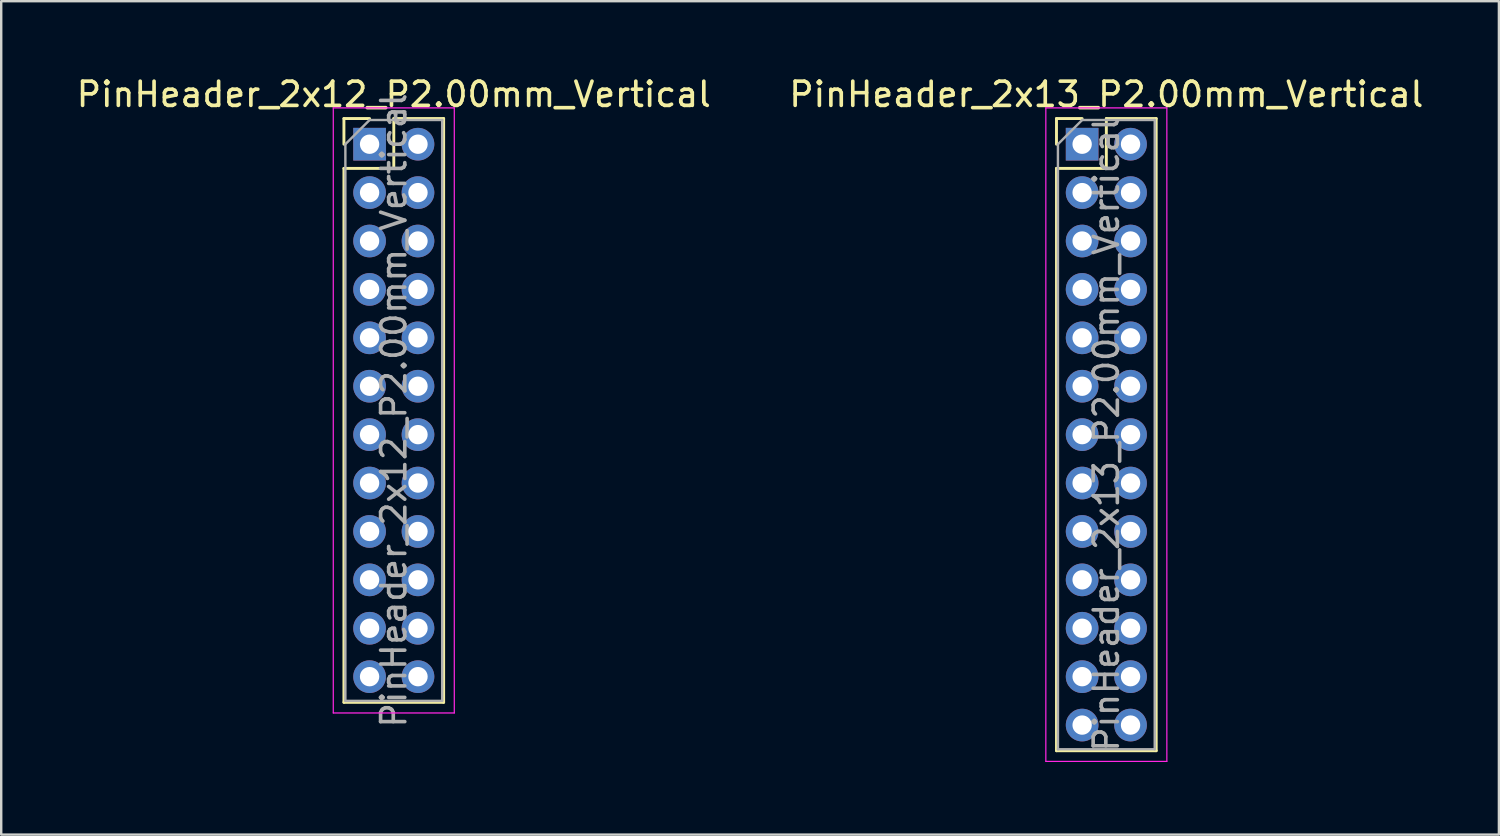
<source format=kicad_pcb>
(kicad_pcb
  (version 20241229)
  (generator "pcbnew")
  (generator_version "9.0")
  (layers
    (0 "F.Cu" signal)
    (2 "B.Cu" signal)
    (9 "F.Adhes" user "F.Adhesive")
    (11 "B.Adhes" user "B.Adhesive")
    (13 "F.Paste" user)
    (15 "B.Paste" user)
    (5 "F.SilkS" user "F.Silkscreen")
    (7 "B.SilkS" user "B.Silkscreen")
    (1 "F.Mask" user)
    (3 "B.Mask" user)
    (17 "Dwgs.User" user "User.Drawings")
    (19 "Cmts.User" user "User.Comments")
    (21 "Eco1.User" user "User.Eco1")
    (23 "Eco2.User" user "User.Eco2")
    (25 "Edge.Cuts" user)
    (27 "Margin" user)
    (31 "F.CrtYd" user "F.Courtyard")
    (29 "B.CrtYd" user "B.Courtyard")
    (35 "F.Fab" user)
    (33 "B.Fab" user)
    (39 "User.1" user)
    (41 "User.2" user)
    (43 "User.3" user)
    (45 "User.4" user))
  (footprint "PinHeader_2x12_P2.00mm_Vertical"
    (layer "F.Cu")
    (at 12.22 2.908)
    (property "Reference" "PinHeader_2x12_P2.00mm_Vertical" (at 1 -2.06 0) (layer "F.SilkS") (effects (font (size 1 1) (thickness 0.15))))
    (attr through_hole)
    (fp_line (start -1.06 -1.06) (end 0 -1.06) (stroke (width 0.12) (type solid)) (layer "F.SilkS"))
    (fp_line (start -1.06 0) (end -1.06 -1.06) (stroke (width 0.12) (type solid)) (layer "F.SilkS"))
    (fp_line (start -1.06 1) (end -1.06 23.06) (stroke (width 0.12) (type solid)) (layer "F.SilkS"))
    (fp_line (start -1.06 1) (end 1 1) (stroke (width 0.12) (type solid)) (layer "F.SilkS"))
    (fp_line (start -1.06 23.06) (end 3.06 23.06) (stroke (width 0.12) (type solid)) (layer "F.SilkS"))
    (fp_line (start 1 -1.06) (end 3.06 -1.06) (stroke (width 0.12) (type solid)) (layer "F.SilkS"))
    (fp_line (start 1 1) (end 1 -1.06) (stroke (width 0.12) (type solid)) (layer "F.SilkS"))
    (fp_line (start 3.06 -1.06) (end 3.06 23.06) (stroke (width 0.12) (type solid)) (layer "F.SilkS"))
    (fp_line (start -1.5 -1.5) (end -1.5 23.5) (stroke (width 0.05) (type solid)) (layer "F.CrtYd"))
    (fp_line (start -1.5 23.5) (end 3.5 23.5) (stroke (width 0.05) (type solid)) (layer "F.CrtYd"))
    (fp_line (start 3.5 -1.5) (end -1.5 -1.5) (stroke (width 0.05) (type solid)) (layer "F.CrtYd"))
    (fp_line (start 3.5 23.5) (end 3.5 -1.5) (stroke (width 0.05) (type solid)) (layer "F.CrtYd"))
    (fp_line (start -1 0) (end 0 -1) (stroke (width 0.1) (type solid)) (layer "F.Fab"))
    (fp_line (start -1 23) (end -1 0) (stroke (width 0.1) (type solid)) (layer "F.Fab"))
    (fp_line (start 0 -1) (end 3 -1) (stroke (width 0.1) (type solid)) (layer "F.Fab"))
    (fp_line (start 3 -1) (end 3 23) (stroke (width 0.1) (type solid)) (layer "F.Fab"))
    (fp_line (start 3 23) (end -1 23) (stroke (width 0.1) (type solid)) (layer "F.Fab"))
    (fp_text user "${REFERENCE}" (at 1 11 90) (layer "F.Fab") (effects (font (size 1 1) (thickness 0.15))))
    (pad "1" thru_hole rect (at 0 0) (size 1.35 1.35) (drill 0.8) (layers "*.Cu" "*.Mask"))
    (pad "2" thru_hole oval (at 2 0) (size 1.35 1.35) (drill 0.8) (layers "*.Cu" "*.Mask"))
    (pad "3" thru_hole oval (at 0 2) (size 1.35 1.35) (drill 0.8) (layers "*.Cu" "*.Mask"))
    (pad "4" thru_hole oval (at 2 2) (size 1.35 1.35) (drill 0.8) (layers "*.Cu" "*.Mask"))
    (pad "5" thru_hole oval (at 0 4) (size 1.35 1.35) (drill 0.8) (layers "*.Cu" "*.Mask"))
    (pad "6" thru_hole oval (at 2 4) (size 1.35 1.35) (drill 0.8) (layers "*.Cu" "*.Mask"))
    (pad "7" thru_hole oval (at 0 6) (size 1.35 1.35) (drill 0.8) (layers "*.Cu" "*.Mask"))
    (pad "8" thru_hole oval (at 2 6) (size 1.35 1.35) (drill 0.8) (layers "*.Cu" "*.Mask"))
    (pad "9" thru_hole oval (at 0 8) (size 1.35 1.35) (drill 0.8) (layers "*.Cu" "*.Mask"))
    (pad "10" thru_hole oval (at 2 8) (size 1.35 1.35) (drill 0.8) (layers "*.Cu" "*.Mask"))
    (pad "11" thru_hole oval (at 0 10) (size 1.35 1.35) (drill 0.8) (layers "*.Cu" "*.Mask"))
    (pad "12" thru_hole oval (at 2 10) (size 1.35 1.35) (drill 0.8) (layers "*.Cu" "*.Mask"))
    (pad "13" thru_hole oval (at 0 12) (size 1.35 1.35) (drill 0.8) (layers "*.Cu" "*.Mask"))
    (pad "14" thru_hole oval (at 2 12) (size 1.35 1.35) (drill 0.8) (layers "*.Cu" "*.Mask"))
    (pad "15" thru_hole oval (at 0 14) (size 1.35 1.35) (drill 0.8) (layers "*.Cu" "*.Mask"))
    (pad "16" thru_hole oval (at 2 14) (size 1.35 1.35) (drill 0.8) (layers "*.Cu" "*.Mask"))
    (pad "17" thru_hole oval (at 0 16) (size 1.35 1.35) (drill 0.8) (layers "*.Cu" "*.Mask"))
    (pad "18" thru_hole oval (at 2 16) (size 1.35 1.35) (drill 0.8) (layers "*.Cu" "*.Mask"))
    (pad "19" thru_hole oval (at 0 18) (size 1.35 1.35) (drill 0.8) (layers "*.Cu" "*.Mask"))
    (pad "20" thru_hole oval (at 2 18) (size 1.35 1.35) (drill 0.8) (layers "*.Cu" "*.Mask"))
    (pad "21" thru_hole oval (at 0 20) (size 1.35 1.35) (drill 0.8) (layers "*.Cu" "*.Mask"))
    (pad "22" thru_hole oval (at 2 20) (size 1.35 1.35) (drill 0.8) (layers "*.Cu" "*.Mask"))
    (pad "23" thru_hole oval (at 0 22) (size 1.35 1.35) (drill 0.8) (layers "*.Cu" "*.Mask"))
    (pad "24" thru_hole oval (at 2 22) (size 1.35 1.35) (drill 0.8) (layers "*.Cu" "*.Mask")))
  (footprint "PinHeader_2x13_P2.00mm_Vertical"
    (layer "F.Cu")
    (at 41.661 2.908)
    (property "Reference" "PinHeader_2x13_P2.00mm_Vertical" (at 1 -2.06 0) (layer "F.SilkS") (effects (font (size 1 1) (thickness 0.15))))
    (attr through_hole)
    (fp_line (start -1.06 -1.06) (end 0 -1.06) (stroke (width 0.12) (type solid)) (layer "F.SilkS"))
    (fp_line (start -1.06 0) (end -1.06 -1.06) (stroke (width 0.12) (type solid)) (layer "F.SilkS"))
    (fp_line (start -1.06 1) (end -1.06 25.06) (stroke (width 0.12) (type solid)) (layer "F.SilkS"))
    (fp_line (start -1.06 1) (end 1 1) (stroke (width 0.12) (type solid)) (layer "F.SilkS"))
    (fp_line (start -1.06 25.06) (end 3.06 25.06) (stroke (width 0.12) (type solid)) (layer "F.SilkS"))
    (fp_line (start 1 -1.06) (end 3.06 -1.06) (stroke (width 0.12) (type solid)) (layer "F.SilkS"))
    (fp_line (start 1 1) (end 1 -1.06) (stroke (width 0.12) (type solid)) (layer "F.SilkS"))
    (fp_line (start 3.06 -1.06) (end 3.06 25.06) (stroke (width 0.12) (type solid)) (layer "F.SilkS"))
    (fp_line (start -1.5 -1.5) (end -1.5 25.5) (stroke (width 0.05) (type solid)) (layer "F.CrtYd"))
    (fp_line (start -1.5 25.5) (end 3.5 25.5) (stroke (width 0.05) (type solid)) (layer "F.CrtYd"))
    (fp_line (start 3.5 -1.5) (end -1.5 -1.5) (stroke (width 0.05) (type solid)) (layer "F.CrtYd"))
    (fp_line (start 3.5 25.5) (end 3.5 -1.5) (stroke (width 0.05) (type solid)) (layer "F.CrtYd"))
    (fp_line (start -1 0) (end 0 -1) (stroke (width 0.1) (type solid)) (layer "F.Fab"))
    (fp_line (start -1 25) (end -1 0) (stroke (width 0.1) (type solid)) (layer "F.Fab"))
    (fp_line (start 0 -1) (end 3 -1) (stroke (width 0.1) (type solid)) (layer "F.Fab"))
    (fp_line (start 3 -1) (end 3 25) (stroke (width 0.1) (type solid)) (layer "F.Fab"))
    (fp_line (start 3 25) (end -1 25) (stroke (width 0.1) (type solid)) (layer "F.Fab"))
    (fp_text user "${REFERENCE}" (at 1 12 90) (layer "F.Fab") (effects (font (size 1 1) (thickness 0.15))))
    (pad "1" thru_hole rect (at 0 0) (size 1.35 1.35) (drill 0.8) (layers "*.Cu" "*.Mask"))
    (pad "2" thru_hole oval (at 2 0) (size 1.35 1.35) (drill 0.8) (layers "*.Cu" "*.Mask"))
    (pad "3" thru_hole oval (at 0 2) (size 1.35 1.35) (drill 0.8) (layers "*.Cu" "*.Mask"))
    (pad "4" thru_hole oval (at 2 2) (size 1.35 1.35) (drill 0.8) (layers "*.Cu" "*.Mask"))
    (pad "5" thru_hole oval (at 0 4) (size 1.35 1.35) (drill 0.8) (layers "*.Cu" "*.Mask"))
    (pad "6" thru_hole oval (at 2 4) (size 1.35 1.35) (drill 0.8) (layers "*.Cu" "*.Mask"))
    (pad "7" thru_hole oval (at 0 6) (size 1.35 1.35) (drill 0.8) (layers "*.Cu" "*.Mask"))
    (pad "8" thru_hole oval (at 2 6) (size 1.35 1.35) (drill 0.8) (layers "*.Cu" "*.Mask"))
    (pad "9" thru_hole oval (at 0 8) (size 1.35 1.35) (drill 0.8) (layers "*.Cu" "*.Mask"))
    (pad "10" thru_hole oval (at 2 8) (size 1.35 1.35) (drill 0.8) (layers "*.Cu" "*.Mask"))
    (pad "11" thru_hole oval (at 0 10) (size 1.35 1.35) (drill 0.8) (layers "*.Cu" "*.Mask"))
    (pad "12" thru_hole oval (at 2 10) (size 1.35 1.35) (drill 0.8) (layers "*.Cu" "*.Mask"))
    (pad "13" thru_hole oval (at 0 12) (size 1.35 1.35) (drill 0.8) (layers "*.Cu" "*.Mask"))
    (pad "14" thru_hole oval (at 2 12) (size 1.35 1.35) (drill 0.8) (layers "*.Cu" "*.Mask"))
    (pad "15" thru_hole oval (at 0 14) (size 1.35 1.35) (drill 0.8) (layers "*.Cu" "*.Mask"))
    (pad "16" thru_hole oval (at 2 14) (size 1.35 1.35) (drill 0.8) (layers "*.Cu" "*.Mask"))
    (pad "17" thru_hole oval (at 0 16) (size 1.35 1.35) (drill 0.8) (layers "*.Cu" "*.Mask"))
    (pad "18" thru_hole oval (at 2 16) (size 1.35 1.35) (drill 0.8) (layers "*.Cu" "*.Mask"))
    (pad "19" thru_hole oval (at 0 18) (size 1.35 1.35) (drill 0.8) (layers "*.Cu" "*.Mask"))
    (pad "20" thru_hole oval (at 2 18) (size 1.35 1.35) (drill 0.8) (layers "*.Cu" "*.Mask"))
    (pad "21" thru_hole oval (at 0 20) (size 1.35 1.35) (drill 0.8) (layers "*.Cu" "*.Mask"))
    (pad "22" thru_hole oval (at 2 20) (size 1.35 1.35) (drill 0.8) (layers "*.Cu" "*.Mask"))
    (pad "23" thru_hole oval (at 0 22) (size 1.35 1.35) (drill 0.8) (layers "*.Cu" "*.Mask"))
    (pad "24" thru_hole oval (at 2 22) (size 1.35 1.35) (drill 0.8) (layers "*.Cu" "*.Mask"))
    (pad "25" thru_hole oval (at 0 24) (size 1.35 1.35) (drill 0.8) (layers "*.Cu" "*.Mask"))
    (pad "26" thru_hole oval (at 2 24) (size 1.35 1.35) (drill 0.8) (layers "*.Cu" "*.Mask")))
  (gr_rect
    (start -3 -3)
    (end 58.881 31.433)
    (stroke (width 0.1) (type default))
    (fill no)
    (layer "Edge.Cuts")))
</source>
